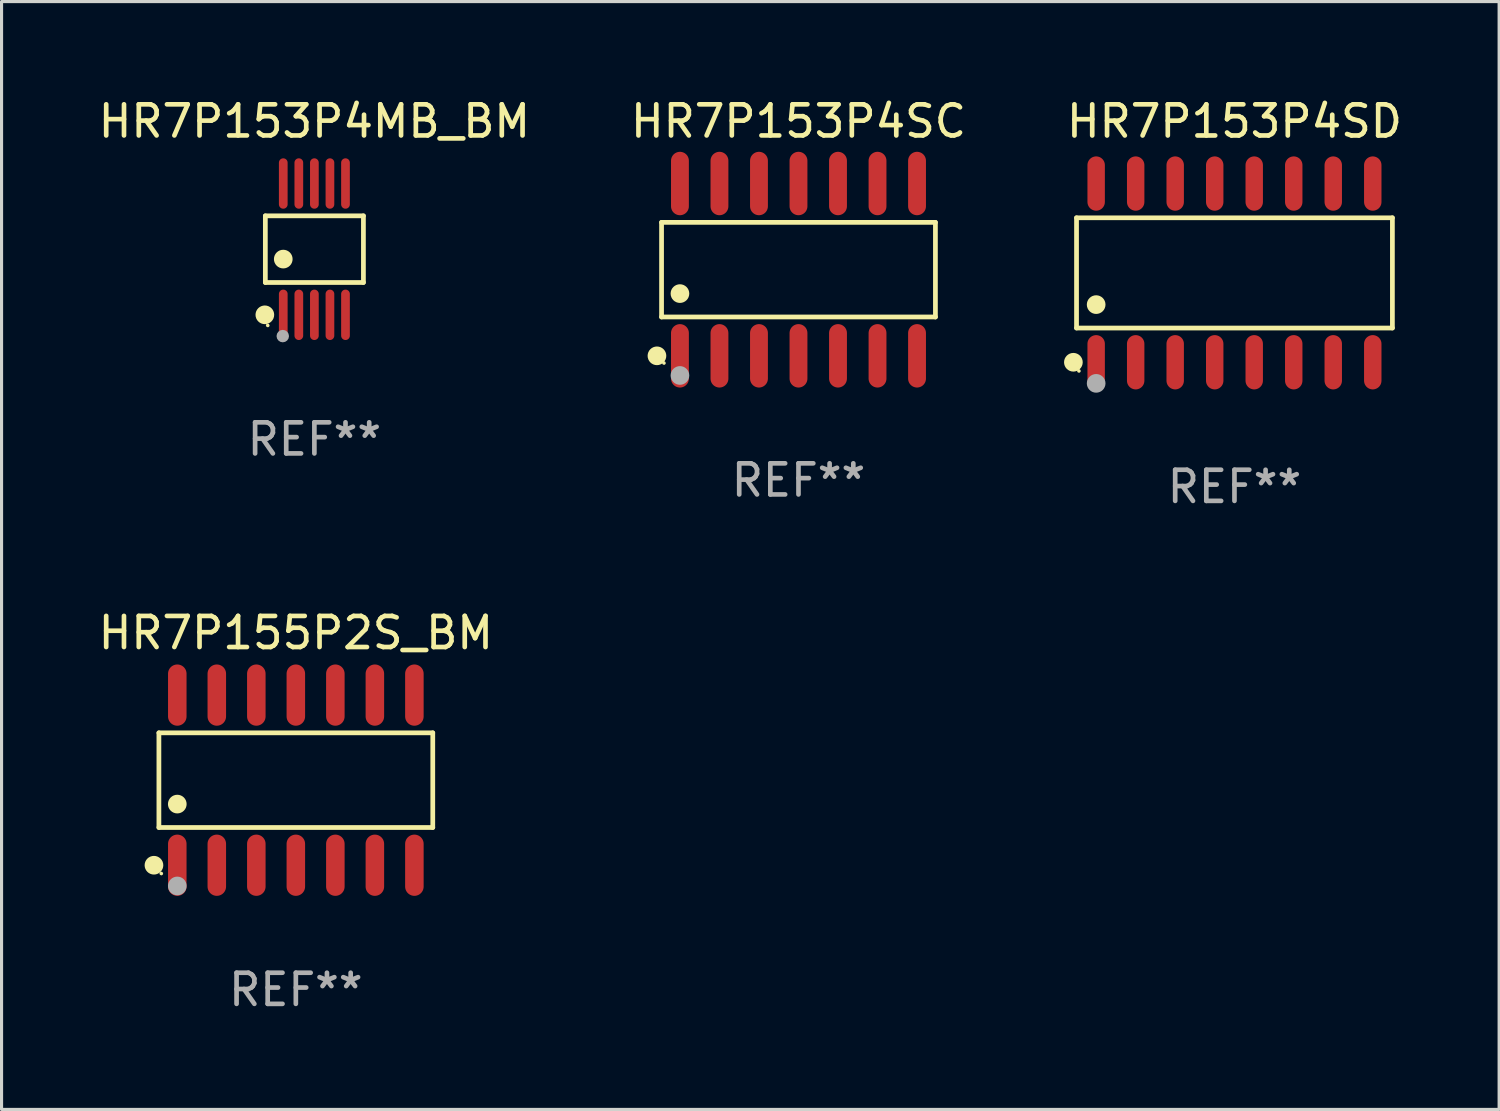
<source format=kicad_pcb>
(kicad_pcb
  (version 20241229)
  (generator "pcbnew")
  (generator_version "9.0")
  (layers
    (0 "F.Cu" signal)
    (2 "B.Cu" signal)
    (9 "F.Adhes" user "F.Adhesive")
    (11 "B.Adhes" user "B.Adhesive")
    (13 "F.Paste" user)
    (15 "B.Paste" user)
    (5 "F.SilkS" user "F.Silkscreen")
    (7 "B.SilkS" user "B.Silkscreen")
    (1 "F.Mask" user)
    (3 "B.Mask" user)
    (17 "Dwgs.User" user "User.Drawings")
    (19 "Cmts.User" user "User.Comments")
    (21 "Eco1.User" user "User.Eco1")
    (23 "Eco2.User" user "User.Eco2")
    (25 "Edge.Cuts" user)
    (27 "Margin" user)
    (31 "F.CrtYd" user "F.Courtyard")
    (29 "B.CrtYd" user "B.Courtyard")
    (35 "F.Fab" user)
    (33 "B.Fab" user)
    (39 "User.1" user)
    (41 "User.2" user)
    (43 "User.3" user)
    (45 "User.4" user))
  (footprint "HR7P155P2S_BM"
    (layer "F.Cu")
    (at 6.458 22.024)
    (property "Reference" "HR7P155P2S_BM" (at 0 -4.734 0) (layer "F.SilkS") (effects (font (size 1 1) (thickness 0.15))))
    (attr through_hole)
    (fp_line (start -4.401 -1.521) (end 4.401 -1.521) (stroke (width 0.152) (type solid)) (layer "F.SilkS"))
    (fp_line (start -4.401 1.521) (end -4.401 -1.521) (stroke (width 0.152) (type solid)) (layer "F.SilkS"))
    (fp_line (start 4.401 -1.521) (end 4.401 1.521) (stroke (width 0.152) (type solid)) (layer "F.SilkS"))
    (fp_line (start 4.401 1.521) (end -4.401 1.521) (stroke (width 0.152) (type solid)) (layer "F.SilkS"))
    (fp_circle (center -4.56 2.734) (end -4.41 2.734) (stroke (width 0.3) (type solid)) (fill no) (layer "F.SilkS"))
    (fp_circle (center -4.325 3) (end -4.295 3) (stroke (width 0.06) (type solid)) (fill no) (layer "F.SilkS"))
    (fp_circle (center -3.81 0.769) (end -3.66 0.769) (stroke (width 0.3) (type solid)) (fill no) (layer "F.SilkS"))
    (fp_circle (center -3.81 3.4) (end -3.66 3.4) (stroke (width 0.3) (type solid)) (fill no) (layer "F.Fab"))
    (fp_text user "REF**" (at 0 6.734 0) (layer "F.Fab") (effects (font (size 1 1) (thickness 0.15))))
    (pad "1" smd oval (at -3.81 2.734) (size 0.595 1.968) (layers "F.Cu" "F.Mask" "F.Paste"))
    (pad "2" smd oval (at -2.54 2.734) (size 0.595 1.968) (layers "F.Cu" "F.Mask" "F.Paste"))
    (pad "3" smd oval (at -1.27 2.734) (size 0.595 1.968) (layers "F.Cu" "F.Mask" "F.Paste"))
    (pad "4" smd oval (at 0 2.734) (size 0.595 1.968) (layers "F.Cu" "F.Mask" "F.Paste"))
    (pad "5" smd oval (at 1.27 2.734) (size 0.595 1.968) (layers "F.Cu" "F.Mask" "F.Paste"))
    (pad "6" smd oval (at 2.54 2.734) (size 0.595 1.968) (layers "F.Cu" "F.Mask" "F.Paste"))
    (pad "7" smd oval (at 3.81 2.734) (size 0.595 1.968) (layers "F.Cu" "F.Mask" "F.Paste"))
    (pad "8" smd oval (at 3.81 -2.734) (size 0.595 1.968) (layers "F.Cu" "F.Mask" "F.Paste"))
    (pad "9" smd oval (at 2.54 -2.734) (size 0.595 1.968) (layers "F.Cu" "F.Mask" "F.Paste"))
    (pad "10" smd oval (at 1.27 -2.734) (size 0.595 1.968) (layers "F.Cu" "F.Mask" "F.Paste"))
    (pad "11" smd oval (at 0 -2.734) (size 0.595 1.968) (layers "F.Cu" "F.Mask" "F.Paste"))
    (pad "12" smd oval (at -1.27 -2.734) (size 0.595 1.968) (layers "F.Cu" "F.Mask" "F.Paste"))
    (pad "13" smd oval (at -2.54 -2.734) (size 0.595 1.968) (layers "F.Cu" "F.Mask" "F.Paste"))
    (pad "14" smd oval (at -3.81 -2.734) (size 0.595 1.968) (layers "F.Cu" "F.Mask" "F.Paste")))
  (footprint "HR7P153P4SD"
    (layer "F.Cu")
    (at 36.625 5.721)
    (property "Reference" "HR7P153P4SD" (at 0 -4.872 0) (layer "F.SilkS") (effects (font (size 1 1) (thickness 0.15))))
    (attr through_hole)
    (fp_line (start -5.076 -1.771) (end 5.076 -1.771) (stroke (width 0.152) (type solid)) (layer "F.SilkS"))
    (fp_line (start -5.076 1.771) (end -5.076 -1.771) (stroke (width 0.152) (type solid)) (layer "F.SilkS"))
    (fp_line (start 5.076 -1.771) (end 5.076 1.771) (stroke (width 0.152) (type solid)) (layer "F.SilkS"))
    (fp_line (start 5.076 1.771) (end -5.076 1.771) (stroke (width 0.152) (type solid)) (layer "F.SilkS"))
    (fp_circle (center -5.177 2.872) (end -5.027 2.872) (stroke (width 0.3) (type solid)) (fill no) (layer "F.SilkS"))
    (fp_circle (center -5 3.15) (end -4.97 3.15) (stroke (width 0.06) (type solid)) (fill no) (layer "F.SilkS"))
    (fp_circle (center -4.445 1.019) (end -4.295 1.019) (stroke (width 0.3) (type solid)) (fill no) (layer "F.SilkS"))
    (fp_circle (center -4.445 3.55) (end -4.295 3.55) (stroke (width 0.3) (type solid)) (fill no) (layer "F.Fab"))
    (fp_text user "REF**" (at 0 6.872 0) (layer "F.Fab") (effects (font (size 1 1) (thickness 0.15))))
    (pad "1" smd oval (at -4.445 2.872) (size 0.56 1.745) (layers "F.Cu" "F.Mask" "F.Paste"))
    (pad "2" smd oval (at -3.175 2.872) (size 0.56 1.745) (layers "F.Cu" "F.Mask" "F.Paste"))
    (pad "3" smd oval (at -1.905 2.872) (size 0.56 1.745) (layers "F.Cu" "F.Mask" "F.Paste"))
    (pad "4" smd oval (at -0.635 2.872) (size 0.56 1.745) (layers "F.Cu" "F.Mask" "F.Paste"))
    (pad "5" smd oval (at 0.635 2.872) (size 0.56 1.745) (layers "F.Cu" "F.Mask" "F.Paste"))
    (pad "6" smd oval (at 1.905 2.872) (size 0.56 1.745) (layers "F.Cu" "F.Mask" "F.Paste"))
    (pad "7" smd oval (at 3.175 2.872) (size 0.56 1.745) (layers "F.Cu" "F.Mask" "F.Paste"))
    (pad "8" smd oval (at 4.445 2.872) (size 0.56 1.745) (layers "F.Cu" "F.Mask" "F.Paste"))
    (pad "9" smd oval (at 4.445 -2.872) (size 0.56 1.745) (layers "F.Cu" "F.Mask" "F.Paste"))
    (pad "10" smd oval (at 3.175 -2.872) (size 0.56 1.745) (layers "F.Cu" "F.Mask" "F.Paste"))
    (pad "11" smd oval (at 1.905 -2.872) (size 0.56 1.745) (layers "F.Cu" "F.Mask" "F.Paste"))
    (pad "12" smd oval (at 0.635 -2.872) (size 0.56 1.745) (layers "F.Cu" "F.Mask" "F.Paste"))
    (pad "13" smd oval (at -0.635 -2.872) (size 0.56 1.745) (layers "F.Cu" "F.Mask" "F.Paste"))
    (pad "14" smd oval (at -1.905 -2.872) (size 0.56 1.745) (layers "F.Cu" "F.Mask" "F.Paste"))
    (pad "15" smd oval (at -3.175 -2.872) (size 0.56 1.745) (layers "F.Cu" "F.Mask" "F.Paste"))
    (pad "16" smd oval (at -4.445 -2.872) (size 0.56 1.745) (layers "F.Cu" "F.Mask" "F.Paste")))
  (footprint "HR7P153P4SC"
    (layer "F.Cu")
    (at 22.613 5.617)
    (property "Reference" "HR7P153P4SC" (at 0 -4.769 0) (layer "F.SilkS") (effects (font (size 1 1) (thickness 0.15))))
    (attr through_hole)
    (fp_line (start -4.401 -1.521) (end 4.401 -1.521) (stroke (width 0.152) (type solid)) (layer "F.SilkS"))
    (fp_line (start -4.401 1.521) (end -4.401 -1.521) (stroke (width 0.152) (type solid)) (layer "F.SilkS"))
    (fp_line (start 4.401 -1.521) (end 4.401 1.521) (stroke (width 0.152) (type solid)) (layer "F.SilkS"))
    (fp_line (start 4.401 1.521) (end -4.401 1.521) (stroke (width 0.152) (type solid)) (layer "F.SilkS"))
    (fp_circle (center -4.549 2.769) (end -4.399 2.769) (stroke (width 0.3) (type solid)) (fill no) (layer "F.SilkS"))
    (fp_circle (center -4.325 3) (end -4.295 3) (stroke (width 0.06) (type solid)) (fill no) (layer "F.SilkS"))
    (fp_circle (center -3.81 0.769) (end -3.66 0.769) (stroke (width 0.3) (type solid)) (fill no) (layer "F.SilkS"))
    (fp_circle (center -3.81 3.4) (end -3.66 3.4) (stroke (width 0.3) (type solid)) (fill no) (layer "F.Fab"))
    (fp_text user "REF**" (at 0 6.769 0) (layer "F.Fab") (effects (font (size 1 1) (thickness 0.15))))
    (pad "1" smd oval (at -3.81 2.769) (size 0.574 2.038) (layers "F.Cu" "F.Mask" "F.Paste"))
    (pad "2" smd oval (at -2.54 2.769) (size 0.574 2.038) (layers "F.Cu" "F.Mask" "F.Paste"))
    (pad "3" smd oval (at -1.27 2.769) (size 0.574 2.038) (layers "F.Cu" "F.Mask" "F.Paste"))
    (pad "4" smd oval (at 0 2.769) (size 0.574 2.038) (layers "F.Cu" "F.Mask" "F.Paste"))
    (pad "5" smd oval (at 1.27 2.769) (size 0.574 2.038) (layers "F.Cu" "F.Mask" "F.Paste"))
    (pad "6" smd oval (at 2.54 2.769) (size 0.574 2.038) (layers "F.Cu" "F.Mask" "F.Paste"))
    (pad "7" smd oval (at 3.81 2.769) (size 0.574 2.038) (layers "F.Cu" "F.Mask" "F.Paste"))
    (pad "8" smd oval (at 3.81 -2.769) (size 0.574 2.038) (layers "F.Cu" "F.Mask" "F.Paste"))
    (pad "9" smd oval (at 2.54 -2.769) (size 0.574 2.038) (layers "F.Cu" "F.Mask" "F.Paste"))
    (pad "10" smd oval (at 1.27 -2.769) (size 0.574 2.038) (layers "F.Cu" "F.Mask" "F.Paste"))
    (pad "11" smd oval (at 0 -2.769) (size 0.574 2.038) (layers "F.Cu" "F.Mask" "F.Paste"))
    (pad "12" smd oval (at -1.27 -2.769) (size 0.574 2.038) (layers "F.Cu" "F.Mask" "F.Paste"))
    (pad "13" smd oval (at -2.54 -2.769) (size 0.574 2.038) (layers "F.Cu" "F.Mask" "F.Paste"))
    (pad "14" smd oval (at -3.81 -2.769) (size 0.574 2.038) (layers "F.Cu" "F.Mask" "F.Paste")))
  (footprint "HR7P153P4MB_BM"
    (layer "F.Cu")
    (at 7.054 4.958)
    (property "Reference" "HR7P153P4MB_BM" (at 0 -4.11 0) (layer "F.SilkS") (effects (font (size 1 1) (thickness 0.15))))
    (attr through_hole)
    (fp_line (start -1.576 -1.071) (end 1.576 -1.071) (stroke (width 0.152) (type solid)) (layer "F.SilkS"))
    (fp_line (start -1.576 1.071) (end -1.576 -1.071) (stroke (width 0.152) (type solid)) (layer "F.SilkS"))
    (fp_line (start 1.576 -1.071) (end 1.576 1.071) (stroke (width 0.152) (type solid)) (layer "F.SilkS"))
    (fp_line (start 1.576 1.071) (end -1.576 1.071) (stroke (width 0.152) (type solid)) (layer "F.SilkS"))
    (fp_circle (center -1.592 2.11) (end -1.442 2.11) (stroke (width 0.3) (type solid)) (fill no) (layer "F.SilkS"))
    (fp_circle (center -1.5 2.45) (end -1.47 2.45) (stroke (width 0.06) (type solid)) (fill no) (layer "F.SilkS"))
    (fp_circle (center -1 0.319) (end -0.85 0.319) (stroke (width 0.3) (type solid)) (fill no) (layer "F.SilkS"))
    (fp_circle (center -1.016 2.794) (end -0.916 2.794) (stroke (width 0.2) (type solid)) (fill no) (layer "F.Fab"))
    (fp_text user "REF**" (at 0 6.11 0) (layer "F.Fab") (effects (font (size 1 1) (thickness 0.15))))
    (pad "1" smd oval (at -1 2.11) (size 0.28 1.62) (layers "F.Cu" "F.Mask" "F.Paste"))
    (pad "2" smd oval (at -0.5 2.11) (size 0.28 1.62) (layers "F.Cu" "F.Mask" "F.Paste"))
    (pad "3" smd oval (at 0 2.11) (size 0.28 1.62) (layers "F.Cu" "F.Mask" "F.Paste"))
    (pad "4" smd oval (at 0.5 2.11) (size 0.28 1.62) (layers "F.Cu" "F.Mask" "F.Paste"))
    (pad "5" smd oval (at 1 2.11) (size 0.28 1.62) (layers "F.Cu" "F.Mask" "F.Paste"))
    (pad "6" smd oval (at 1 -2.11) (size 0.28 1.62) (layers "F.Cu" "F.Mask" "F.Paste"))
    (pad "7" smd oval (at 0.5 -2.11) (size 0.28 1.62) (layers "F.Cu" "F.Mask" "F.Paste"))
    (pad "8" smd oval (at 0 -2.11) (size 0.28 1.62) (layers "F.Cu" "F.Mask" "F.Paste"))
    (pad "9" smd oval (at -0.5 -2.11) (size 0.28 1.62) (layers "F.Cu" "F.Mask" "F.Paste"))
    (pad "10" smd oval (at -1 -2.11) (size 0.28 1.62) (layers "F.Cu" "F.Mask" "F.Paste")))
  (gr_rect
    (start -3 -3)
    (end 45.131 32.606)
    (stroke (width 0.1) (type default))
    (fill no)
    (layer "Edge.Cuts")))
</source>
